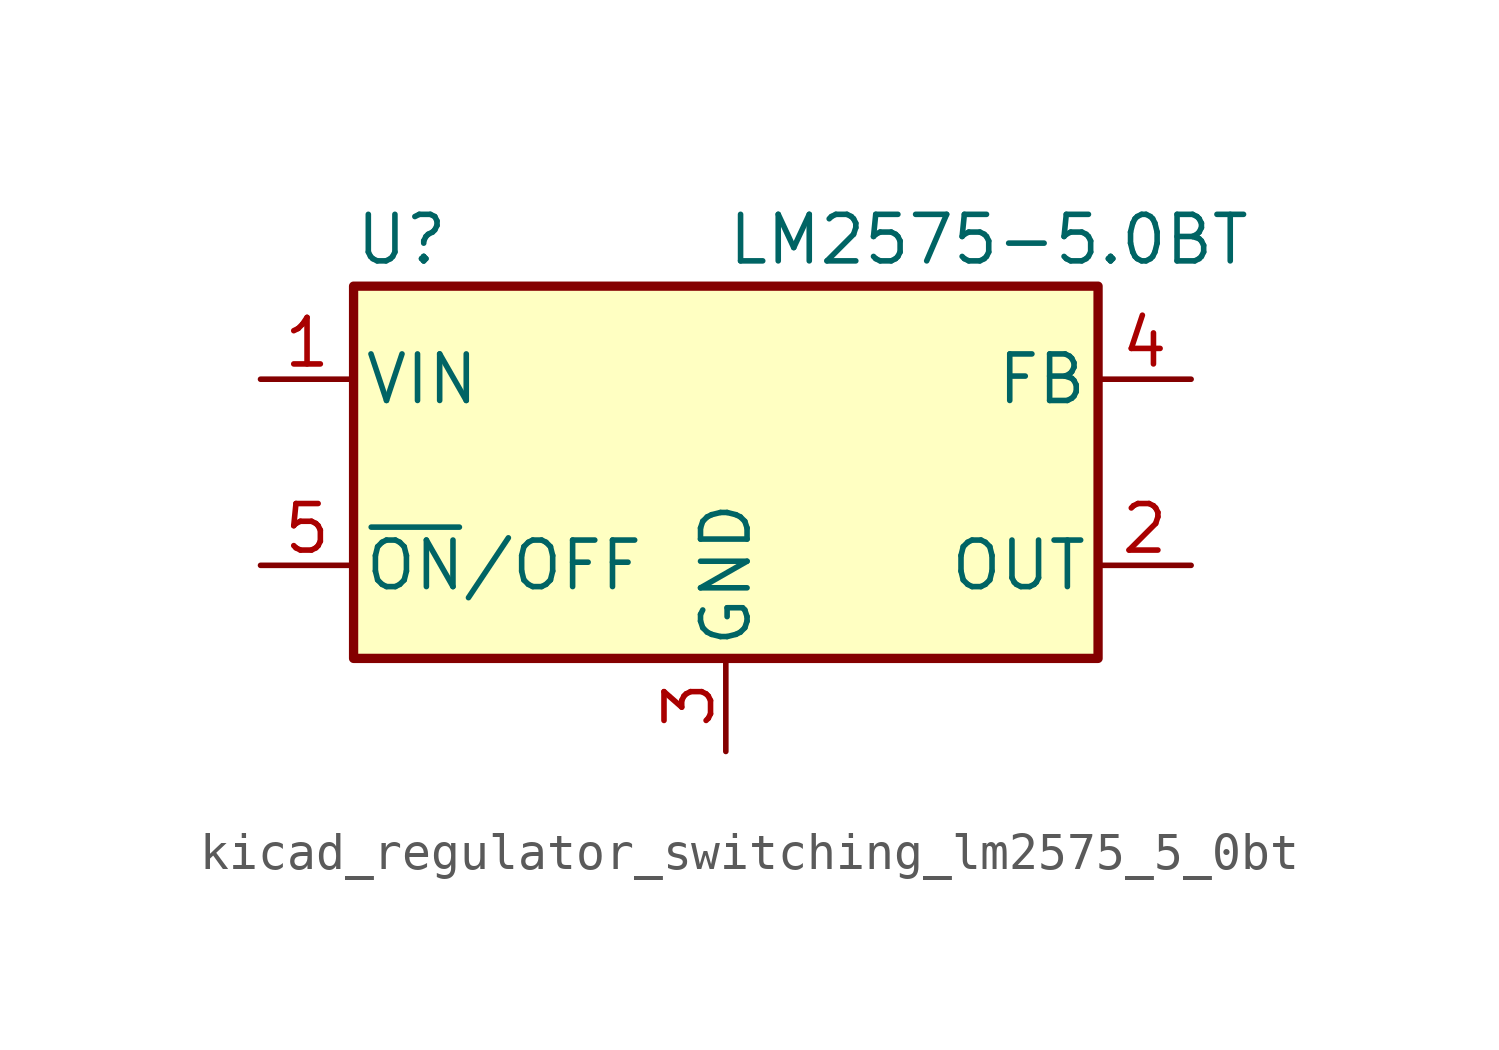
<source format=kicad_sym>
(kicad_symbol_lib
  (version 20220914)
  (generator kicad_symbol_editor)
  (symbol "kicad_regulator_switching_lm2575_5_0bt"
    (pin_names
      (offset 0.254))
    (property "Reference" "U"
      (at -10.16 6.35 0)
      (effects (font (size 1.27 1.27)) (justify left)))
    (property "Value" "LM2575-5.0BT"
      (at 0 6.35 0)
      (effects (font (size 1.27 1.27)) (justify left)))
    (symbol "kicad_regulator_switching_lm2575_5_0bt_0_1"
      (rectangle (start -10.16 5.08) (end 10.16 -5.08) (stroke (width 0.254) (type default)) (fill (type background))))
    (symbol "kicad_regulator_switching_lm2575_5_0bt_1_1"
      (pin power_in line (at -12.7 2.54 0) (length 2.54) (name "VIN" (effects (font (size 1.27 1.27)))) (number "1" (effects (font (size 1.27 1.27)))))
      (pin output line (at 12.7 -2.54 180) (length 2.54) (name "OUT" (effects (font (size 1.27 1.27)))) (number "2" (effects (font (size 1.27 1.27)))))
      (pin power_in line (at 0 -7.62 90) (length 2.54) (name "GND" (effects (font (size 1.27 1.27)))) (number "3" (effects (font (size 1.27 1.27)))))
      (pin input line (at 12.7 2.54 180) (length 2.54) (name "FB" (effects (font (size 1.27 1.27)))) (number "4" (effects (font (size 1.27 1.27)))))
      (pin input line (at -12.7 -2.54 0) (length 2.54) (name "~{ON}/OFF" (effects (font (size 1.27 1.27)))) (number "5" (effects (font (size 1.27 1.27))))))))
</source>
